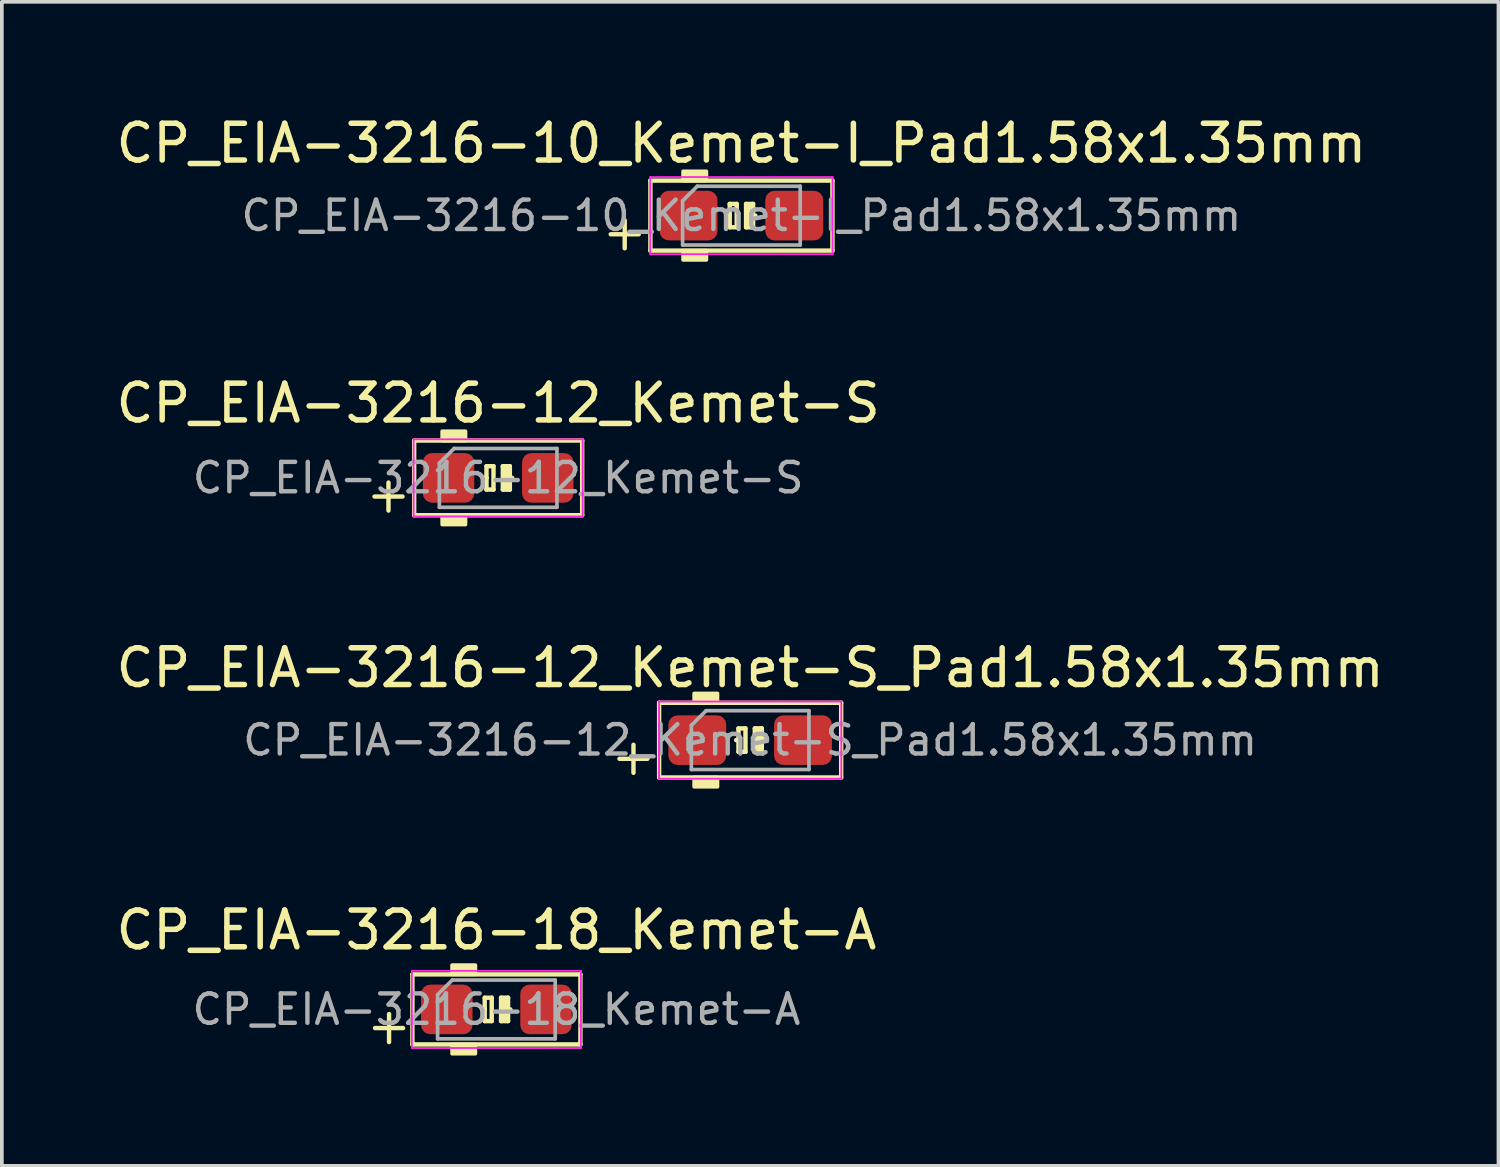
<source format=kicad_pcb>
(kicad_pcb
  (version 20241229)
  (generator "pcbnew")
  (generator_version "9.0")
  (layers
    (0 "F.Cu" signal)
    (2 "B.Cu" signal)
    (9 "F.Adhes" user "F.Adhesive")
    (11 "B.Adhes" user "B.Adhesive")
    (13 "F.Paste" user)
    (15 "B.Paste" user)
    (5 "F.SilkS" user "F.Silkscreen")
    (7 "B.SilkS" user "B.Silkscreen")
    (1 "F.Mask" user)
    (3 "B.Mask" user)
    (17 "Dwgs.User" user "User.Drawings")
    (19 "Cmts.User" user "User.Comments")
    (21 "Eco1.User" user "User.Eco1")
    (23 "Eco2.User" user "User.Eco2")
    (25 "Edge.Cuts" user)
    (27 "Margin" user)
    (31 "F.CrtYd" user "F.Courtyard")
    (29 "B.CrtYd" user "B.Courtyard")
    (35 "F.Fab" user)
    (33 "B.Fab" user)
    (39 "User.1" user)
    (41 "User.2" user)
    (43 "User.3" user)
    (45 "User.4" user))
  (footprint "CP_EIA-3216-12_Kemet-S"
    (layer "F.Cu")
    (at 10.506 9.954)
    (property "Reference" "CP_EIA-3216-12_Kemet-S" (at 0 -2.032 0) (layer "F.SilkS") (effects (font (size 1 1) (thickness 0.15))))
    (attr smd)
    (fp_line (start -3.365 0.508) (end -2.603 0.508) (stroke (width 0.12) (type solid)) (layer "F.SilkS"))
    (fp_line (start -2.985 0.127) (end -2.985 0.889) (stroke (width 0.12) (type solid)) (layer "F.SilkS"))
    (fp_line (start -2.286 -1.016) (end -2.286 1.016) (stroke (width 0.12) (type solid)) (layer "F.SilkS"))
    (fp_line (start -2.286 1.016) (end 2.286 1.016) (stroke (width 0.12) (type solid)) (layer "F.SilkS"))
    (fp_line (start -0.381 0) (end -0.318 0) (stroke (width 0.12) (type solid)) (layer "F.SilkS"))
    (fp_line (start -0.318 -0.318) (end -0.318 0) (stroke (width 0.12) (type solid)) (layer "F.SilkS"))
    (fp_line (start -0.318 0) (end -0.318 0.318) (stroke (width 0.12) (type solid)) (layer "F.SilkS"))
    (fp_line (start -0.318 0.318) (end -0.127 0.318) (stroke (width 0.12) (type solid)) (layer "F.SilkS"))
    (fp_line (start -0.127 -0.318) (end -0.318 -0.318) (stroke (width 0.12) (type solid)) (layer "F.SilkS"))
    (fp_line (start -0.127 0.318) (end -0.127 -0.318) (stroke (width 0.12) (type solid)) (layer "F.SilkS"))
    (fp_line (start 0.127 -0.318) (end 0.127 0.318) (stroke (width 0.12) (type solid)) (layer "F.SilkS"))
    (fp_line (start 0.127 0.318) (end 0.318 0.318) (stroke (width 0.12) (type solid)) (layer "F.SilkS"))
    (fp_line (start 0.318 -0.318) (end 0.127 -0.318) (stroke (width 0.12) (type solid)) (layer "F.SilkS"))
    (fp_line (start 0.318 0) (end 0.318 -0.318) (stroke (width 0.12) (type solid)) (layer "F.SilkS"))
    (fp_line (start 0.318 0.318) (end 0.318 0) (stroke (width 0.12) (type solid)) (layer "F.SilkS"))
    (fp_line (start 0.381 0) (end 0.318 0) (stroke (width 0.12) (type solid)) (layer "F.SilkS"))
    (fp_line (start 2.286 -1.016) (end -2.286 -1.016) (stroke (width 0.12) (type solid)) (layer "F.SilkS"))
    (fp_line (start 2.286 1.016) (end 2.286 -1.016) (stroke (width 0.12) (type solid)) (layer "F.SilkS"))
    (fp_poly (pts (xy -0.889 -1.016) (xy -1.524 -1.016) (xy -1.524 -1.27) (xy -0.889 -1.27)) (stroke (width 0.1) (type solid)) (fill yes) (layer "F.SilkS"))
    (fp_poly (pts (xy -0.889 1.27) (xy -1.524 1.27) (xy -1.524 1.016) (xy -0.889 1.016)) (stroke (width 0.1) (type solid)) (fill yes) (layer "F.SilkS"))
    (fp_poly (pts (xy 0.318 0.318) (xy 0.127 0.318) (xy 0.127 -0.318) (xy 0.318 -0.318)) (stroke (width 0.1) (type solid)) (fill yes) (layer "F.SilkS"))
    (fp_line (start -2.3 -1.05) (end 2.3 -1.05) (stroke (width 0.05) (type solid)) (layer "F.CrtYd"))
    (fp_line (start -2.3 1.05) (end -2.3 -1.05) (stroke (width 0.05) (type solid)) (layer "F.CrtYd"))
    (fp_line (start 2.3 -1.05) (end 2.3 1.05) (stroke (width 0.05) (type solid)) (layer "F.CrtYd"))
    (fp_line (start 2.3 1.05) (end -2.3 1.05) (stroke (width 0.05) (type solid)) (layer "F.CrtYd"))
    (fp_line (start -1.6 -0.4) (end -1.6 0.8) (stroke (width 0.1) (type solid)) (layer "F.Fab"))
    (fp_line (start -1.6 0.8) (end 1.6 0.8) (stroke (width 0.1) (type solid)) (layer "F.Fab"))
    (fp_line (start -1.2 -0.8) (end -1.6 -0.4) (stroke (width 0.1) (type solid)) (layer "F.Fab"))
    (fp_line (start 1.6 -0.8) (end -1.2 -0.8) (stroke (width 0.1) (type solid)) (layer "F.Fab"))
    (fp_line (start 1.6 0.8) (end 1.6 -0.8) (stroke (width 0.1) (type solid)) (layer "F.Fab"))
    (fp_text user "${REFERENCE}" (at 0 0 0) (layer "F.Fab") (effects (font (size 0.8 0.8) (thickness 0.12))))
    (pad "1" smd roundrect (at -1.35 0) (size 1.4 1.35) (layers "F.Cu" "F.Mask" "F.Paste") (roundrect_rratio 0.185))
    (pad "2" smd roundrect (at 1.35 0) (size 1.4 1.35) (layers "F.Cu" "F.Mask" "F.Paste") (roundrect_rratio 0.185)))
  (footprint "CP_EIA-3216-18_Kemet-A"
    (layer "F.Cu")
    (at 10.458 24.418)
    (property "Reference" "CP_EIA-3216-18_Kemet-A" (at 0 -2.159 0) (layer "F.SilkS") (effects (font (size 1 1) (thickness 0.15))))
    (attr smd)
    (fp_line (start -3.302 0.508) (end -2.54 0.508) (stroke (width 0.12) (type solid)) (layer "F.SilkS"))
    (fp_line (start -2.921 0.127) (end -2.921 0.889) (stroke (width 0.12) (type solid)) (layer "F.SilkS"))
    (fp_line (start -2.286 -0.953) (end -2.286 0.953) (stroke (width 0.12) (type solid)) (layer "F.SilkS"))
    (fp_line (start -2.286 0.953) (end 2.286 0.953) (stroke (width 0.12) (type solid)) (layer "F.SilkS"))
    (fp_line (start -0.381 0) (end -0.318 0) (stroke (width 0.12) (type solid)) (layer "F.SilkS"))
    (fp_line (start -0.318 -0.318) (end -0.318 0) (stroke (width 0.12) (type solid)) (layer "F.SilkS"))
    (fp_line (start -0.318 0) (end -0.318 0.318) (stroke (width 0.12) (type solid)) (layer "F.SilkS"))
    (fp_line (start -0.318 0.318) (end -0.127 0.318) (stroke (width 0.12) (type solid)) (layer "F.SilkS"))
    (fp_line (start -0.127 -0.318) (end -0.318 -0.318) (stroke (width 0.12) (type solid)) (layer "F.SilkS"))
    (fp_line (start -0.127 0.318) (end -0.127 -0.318) (stroke (width 0.12) (type solid)) (layer "F.SilkS"))
    (fp_line (start 0.127 -0.318) (end 0.127 0.318) (stroke (width 0.12) (type solid)) (layer "F.SilkS"))
    (fp_line (start 0.127 0.318) (end 0.318 0.318) (stroke (width 0.12) (type solid)) (layer "F.SilkS"))
    (fp_line (start 0.318 -0.318) (end 0.127 -0.318) (stroke (width 0.12) (type solid)) (layer "F.SilkS"))
    (fp_line (start 0.318 0) (end 0.318 -0.318) (stroke (width 0.12) (type solid)) (layer "F.SilkS"))
    (fp_line (start 0.318 0.318) (end 0.318 0) (stroke (width 0.12) (type solid)) (layer "F.SilkS"))
    (fp_line (start 0.381 0) (end 0.318 0) (stroke (width 0.12) (type solid)) (layer "F.SilkS"))
    (fp_line (start 2.286 -0.953) (end -2.286 -0.953) (stroke (width 0.12) (type solid)) (layer "F.SilkS"))
    (fp_line (start 2.286 0.953) (end 2.286 -0.953) (stroke (width 0.12) (type solid)) (layer "F.SilkS"))
    (fp_poly (pts (xy -0.572 -0.953) (xy -1.206 -0.953) (xy -1.206 -1.206) (xy -0.572 -1.206)) (stroke (width 0.1) (type solid)) (fill yes) (layer "F.SilkS"))
    (fp_poly (pts (xy -0.572 1.206) (xy -1.206 1.206) (xy -1.206 0.953) (xy -0.572 0.953)) (stroke (width 0.1) (type solid)) (fill yes) (layer "F.SilkS"))
    (fp_poly (pts (xy 0.318 0.318) (xy 0.127 0.318) (xy 0.127 -0.318) (xy 0.318 -0.318)) (stroke (width 0.1) (type solid)) (fill yes) (layer "F.SilkS"))
    (fp_line (start -2.3 -1.05) (end 2.3 -1.05) (stroke (width 0.05) (type solid)) (layer "F.CrtYd"))
    (fp_line (start -2.3 1.05) (end -2.3 -1.05) (stroke (width 0.05) (type solid)) (layer "F.CrtYd"))
    (fp_line (start 2.3 -1.05) (end 2.3 1.05) (stroke (width 0.05) (type solid)) (layer "F.CrtYd"))
    (fp_line (start 2.3 1.05) (end -2.3 1.05) (stroke (width 0.05) (type solid)) (layer "F.CrtYd"))
    (fp_line (start -1.6 -0.4) (end -1.6 0.8) (stroke (width 0.1) (type solid)) (layer "F.Fab"))
    (fp_line (start -1.6 0.8) (end 1.6 0.8) (stroke (width 0.1) (type solid)) (layer "F.Fab"))
    (fp_line (start -1.2 -0.8) (end -1.6 -0.4) (stroke (width 0.1) (type solid)) (layer "F.Fab"))
    (fp_line (start 1.6 -0.8) (end -1.2 -0.8) (stroke (width 0.1) (type solid)) (layer "F.Fab"))
    (fp_line (start 1.6 0.8) (end 1.6 -0.8) (stroke (width 0.1) (type solid)) (layer "F.Fab"))
    (fp_text user "${REFERENCE}" (at 0 0 0) (layer "F.Fab") (effects (font (size 0.8 0.8) (thickness 0.12))))
    (pad "1" smd roundrect (at -1.35 0) (size 1.4 1.35) (layers "F.Cu" "F.Mask" "F.Paste") (roundrect_rratio 0.185))
    (pad "2" smd roundrect (at 1.35 0) (size 1.4 1.35) (layers "F.Cu" "F.Mask" "F.Paste") (roundrect_rratio 0.185)))
  (footprint "CP_EIA-3216-10_Kemet-I_Pad1.58x1.35mm"
    (layer "F.Cu")
    (at 17.125 2.817)
    (property "Reference" "CP_EIA-3216-10_Kemet-I_Pad1.58x1.35mm" (at 0 -1.968 0) (layer "F.SilkS") (effects (font (size 1 1) (thickness 0.15))))
    (attr smd)
    (fp_line (start -3.556 0.508) (end -2.794 0.508) (stroke (width 0.12) (type solid)) (layer "F.SilkS"))
    (fp_line (start -3.175 0.127) (end -3.175 0.889) (stroke (width 0.12) (type solid)) (layer "F.SilkS"))
    (fp_line (start -2.477 -0.953) (end -2.477 0.953) (stroke (width 0.12) (type solid)) (layer "F.SilkS"))
    (fp_line (start -2.477 0.953) (end 2.477 0.953) (stroke (width 0.12) (type solid)) (layer "F.SilkS"))
    (fp_line (start -0.381 0) (end -0.318 0) (stroke (width 0.12) (type solid)) (layer "F.SilkS"))
    (fp_line (start -0.318 -0.318) (end -0.318 0) (stroke (width 0.12) (type solid)) (layer "F.SilkS"))
    (fp_line (start -0.318 0) (end -0.318 0.318) (stroke (width 0.12) (type solid)) (layer "F.SilkS"))
    (fp_line (start -0.318 0.318) (end -0.127 0.318) (stroke (width 0.12) (type solid)) (layer "F.SilkS"))
    (fp_line (start -0.127 -0.318) (end -0.318 -0.318) (stroke (width 0.12) (type solid)) (layer "F.SilkS"))
    (fp_line (start -0.127 0.318) (end -0.127 -0.318) (stroke (width 0.12) (type solid)) (layer "F.SilkS"))
    (fp_line (start 0.127 -0.318) (end 0.127 0.318) (stroke (width 0.12) (type solid)) (layer "F.SilkS"))
    (fp_line (start 0.127 0.318) (end 0.318 0.318) (stroke (width 0.12) (type solid)) (layer "F.SilkS"))
    (fp_line (start 0.318 -0.318) (end 0.127 -0.318) (stroke (width 0.12) (type solid)) (layer "F.SilkS"))
    (fp_line (start 0.318 0) (end 0.318 -0.318) (stroke (width 0.12) (type solid)) (layer "F.SilkS"))
    (fp_line (start 0.318 0.318) (end 0.318 0) (stroke (width 0.12) (type solid)) (layer "F.SilkS"))
    (fp_line (start 0.381 0) (end 0.318 0) (stroke (width 0.12) (type solid)) (layer "F.SilkS"))
    (fp_line (start 2.477 -0.953) (end -2.477 -0.953) (stroke (width 0.12) (type solid)) (layer "F.SilkS"))
    (fp_line (start 2.477 0.953) (end 2.477 -0.953) (stroke (width 0.12) (type solid)) (layer "F.SilkS"))
    (fp_poly (pts (xy -0.953 -0.953) (xy -1.587 -0.953) (xy -1.587 -1.206) (xy -0.953 -1.206)) (stroke (width 0.1) (type solid)) (fill yes) (layer "F.SilkS"))
    (fp_poly (pts (xy -0.953 1.206) (xy -1.587 1.206) (xy -1.587 0.953) (xy -0.953 0.953)) (stroke (width 0.1) (type solid)) (fill yes) (layer "F.SilkS"))
    (fp_poly (pts (xy 0.318 0.318) (xy 0.127 0.318) (xy 0.127 -0.318) (xy 0.318 -0.318)) (stroke (width 0.1) (type solid)) (fill yes) (layer "F.SilkS"))
    (fp_line (start -2.48 -1.05) (end 2.48 -1.05) (stroke (width 0.05) (type solid)) (layer "F.CrtYd"))
    (fp_line (start -2.48 1.05) (end -2.48 -1.05) (stroke (width 0.05) (type solid)) (layer "F.CrtYd"))
    (fp_line (start 2.48 -1.05) (end 2.48 1.05) (stroke (width 0.05) (type solid)) (layer "F.CrtYd"))
    (fp_line (start 2.48 1.05) (end -2.48 1.05) (stroke (width 0.05) (type solid)) (layer "F.CrtYd"))
    (fp_line (start -1.6 -0.4) (end -1.6 0.8) (stroke (width 0.1) (type solid)) (layer "F.Fab"))
    (fp_line (start -1.6 0.8) (end 1.6 0.8) (stroke (width 0.1) (type solid)) (layer "F.Fab"))
    (fp_line (start -1.2 -0.8) (end -1.6 -0.4) (stroke (width 0.1) (type solid)) (layer "F.Fab"))
    (fp_line (start 1.6 -0.8) (end -1.2 -0.8) (stroke (width 0.1) (type solid)) (layer "F.Fab"))
    (fp_line (start 1.6 0.8) (end 1.6 -0.8) (stroke (width 0.1) (type solid)) (layer "F.Fab"))
    (fp_text user "${REFERENCE}" (at 0 0 0) (layer "F.Fab") (effects (font (size 0.8 0.8) (thickness 0.12))))
    (pad "1" smd roundrect (at -1.438 0) (size 1.575 1.35) (layers "F.Cu" "F.Mask" "F.Paste") (roundrect_rratio 0.185))
    (pad "2" smd roundrect (at 1.438 0) (size 1.575 1.35) (layers "F.Cu" "F.Mask" "F.Paste") (roundrect_rratio 0.185)))
  (footprint "CP_EIA-3216-12_Kemet-S_Pad1.58x1.35mm"
    (layer "F.Cu")
    (at 17.363 17.09)
    (property "Reference" "CP_EIA-3216-12_Kemet-S_Pad1.58x1.35mm" (at 0 -1.968 0) (layer "F.SilkS") (effects (font (size 1 1) (thickness 0.15))))
    (attr smd)
    (fp_line (start -3.556 0.508) (end -2.794 0.508) (stroke (width 0.12) (type solid)) (layer "F.SilkS"))
    (fp_line (start -3.175 0.127) (end -3.175 0.889) (stroke (width 0.12) (type solid)) (layer "F.SilkS"))
    (fp_line (start -2.477 -1.016) (end -2.477 1.016) (stroke (width 0.12) (type solid)) (layer "F.SilkS"))
    (fp_line (start -2.477 1.016) (end 2.477 1.016) (stroke (width 0.12) (type solid)) (layer "F.SilkS"))
    (fp_line (start -0.381 0) (end -0.318 0) (stroke (width 0.12) (type solid)) (layer "F.SilkS"))
    (fp_line (start -0.318 -0.318) (end -0.318 0) (stroke (width 0.12) (type solid)) (layer "F.SilkS"))
    (fp_line (start -0.318 0) (end -0.318 0.318) (stroke (width 0.12) (type solid)) (layer "F.SilkS"))
    (fp_line (start -0.318 0.318) (end -0.127 0.318) (stroke (width 0.12) (type solid)) (layer "F.SilkS"))
    (fp_line (start -0.127 -0.318) (end -0.318 -0.318) (stroke (width 0.12) (type solid)) (layer "F.SilkS"))
    (fp_line (start -0.127 0.318) (end -0.127 -0.318) (stroke (width 0.12) (type solid)) (layer "F.SilkS"))
    (fp_line (start 0.127 -0.318) (end 0.127 0.318) (stroke (width 0.12) (type solid)) (layer "F.SilkS"))
    (fp_line (start 0.127 0.318) (end 0.318 0.318) (stroke (width 0.12) (type solid)) (layer "F.SilkS"))
    (fp_line (start 0.318 -0.318) (end 0.127 -0.318) (stroke (width 0.12) (type solid)) (layer "F.SilkS"))
    (fp_line (start 0.318 0) (end 0.318 -0.318) (stroke (width 0.12) (type solid)) (layer "F.SilkS"))
    (fp_line (start 0.318 0.318) (end 0.318 0) (stroke (width 0.12) (type solid)) (layer "F.SilkS"))
    (fp_line (start 0.381 0) (end 0.318 0) (stroke (width 0.12) (type solid)) (layer "F.SilkS"))
    (fp_line (start 2.477 -1.016) (end -2.477 -1.016) (stroke (width 0.12) (type solid)) (layer "F.SilkS"))
    (fp_line (start 2.477 1.016) (end 2.477 -1.016) (stroke (width 0.12) (type solid)) (layer "F.SilkS"))
    (fp_poly (pts (xy -0.889 -1.016) (xy -1.524 -1.016) (xy -1.524 -1.27) (xy -0.889 -1.27)) (stroke (width 0.1) (type solid)) (fill yes) (layer "F.SilkS"))
    (fp_poly (pts (xy -0.889 1.27) (xy -1.524 1.27) (xy -1.524 1.016) (xy -0.889 1.016)) (stroke (width 0.1) (type solid)) (fill yes) (layer "F.SilkS"))
    (fp_poly (pts (xy 0.318 0.318) (xy 0.127 0.318) (xy 0.127 -0.318) (xy 0.318 -0.318)) (stroke (width 0.1) (type solid)) (fill yes) (layer "F.SilkS"))
    (fp_line (start -2.48 -1.05) (end 2.48 -1.05) (stroke (width 0.05) (type solid)) (layer "F.CrtYd"))
    (fp_line (start -2.48 1.05) (end -2.48 -1.05) (stroke (width 0.05) (type solid)) (layer "F.CrtYd"))
    (fp_line (start 2.48 -1.05) (end 2.48 1.05) (stroke (width 0.05) (type solid)) (layer "F.CrtYd"))
    (fp_line (start 2.48 1.05) (end -2.48 1.05) (stroke (width 0.05) (type solid)) (layer "F.CrtYd"))
    (fp_line (start -1.6 -0.4) (end -1.6 0.8) (stroke (width 0.1) (type solid)) (layer "F.Fab"))
    (fp_line (start -1.6 0.8) (end 1.6 0.8) (stroke (width 0.1) (type solid)) (layer "F.Fab"))
    (fp_line (start -1.2 -0.8) (end -1.6 -0.4) (stroke (width 0.1) (type solid)) (layer "F.Fab"))
    (fp_line (start 1.6 -0.8) (end -1.2 -0.8) (stroke (width 0.1) (type solid)) (layer "F.Fab"))
    (fp_line (start 1.6 0.8) (end 1.6 -0.8) (stroke (width 0.1) (type solid)) (layer "F.Fab"))
    (fp_text user "${REFERENCE}" (at 0 0 0) (layer "F.Fab") (effects (font (size 0.8 0.8) (thickness 0.12))))
    (pad "1" smd roundrect (at -1.438 0) (size 1.575 1.35) (layers "F.Cu" "F.Mask" "F.Paste") (roundrect_rratio 0.185))
    (pad "2" smd roundrect (at 1.438 0) (size 1.575 1.35) (layers "F.Cu" "F.Mask" "F.Paste") (roundrect_rratio 0.185)))
  (gr_rect
    (start -3 -3)
    (end 37.726 28.674)
    (stroke (width 0.1) (type default))
    (fill no)
    (layer "Edge.Cuts")))
</source>
